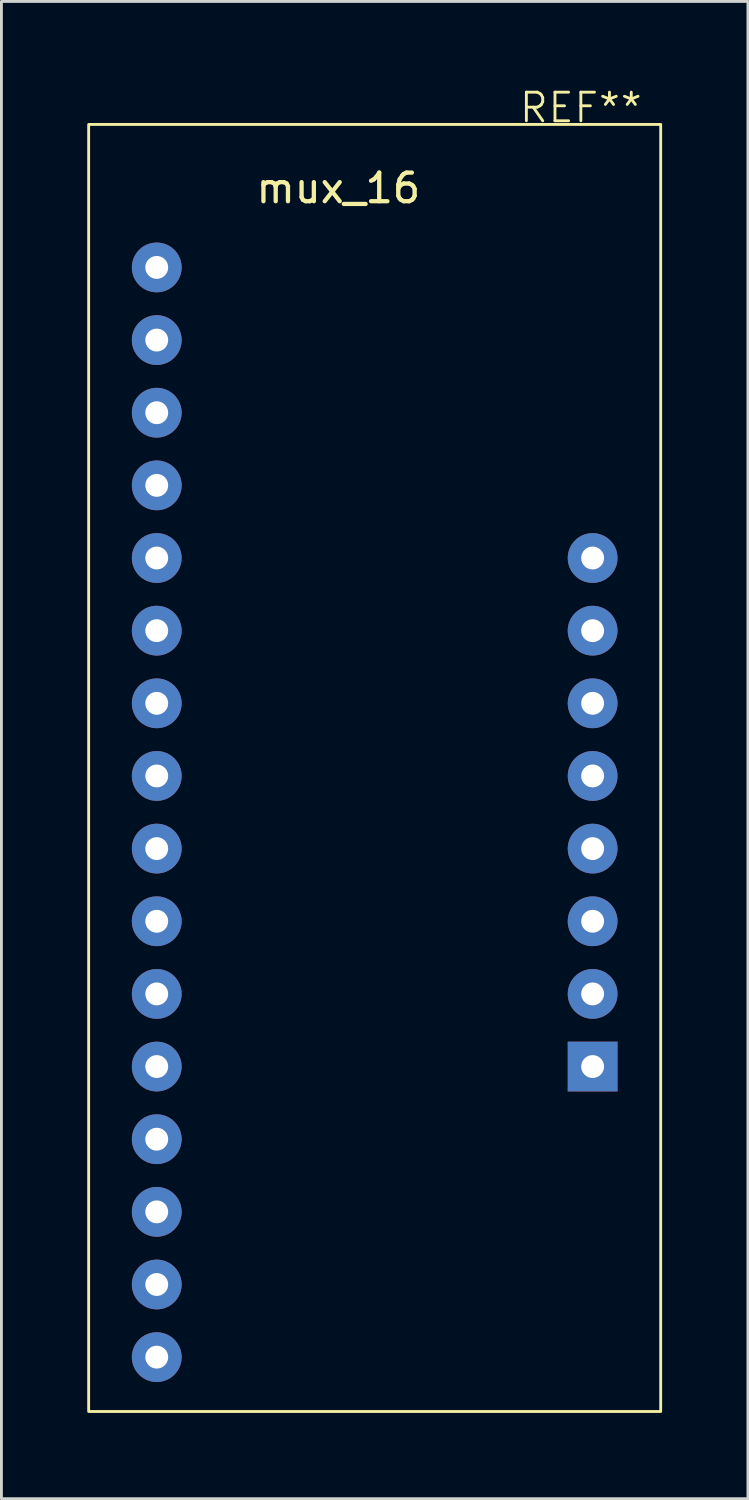
<source format=kicad_pcb>
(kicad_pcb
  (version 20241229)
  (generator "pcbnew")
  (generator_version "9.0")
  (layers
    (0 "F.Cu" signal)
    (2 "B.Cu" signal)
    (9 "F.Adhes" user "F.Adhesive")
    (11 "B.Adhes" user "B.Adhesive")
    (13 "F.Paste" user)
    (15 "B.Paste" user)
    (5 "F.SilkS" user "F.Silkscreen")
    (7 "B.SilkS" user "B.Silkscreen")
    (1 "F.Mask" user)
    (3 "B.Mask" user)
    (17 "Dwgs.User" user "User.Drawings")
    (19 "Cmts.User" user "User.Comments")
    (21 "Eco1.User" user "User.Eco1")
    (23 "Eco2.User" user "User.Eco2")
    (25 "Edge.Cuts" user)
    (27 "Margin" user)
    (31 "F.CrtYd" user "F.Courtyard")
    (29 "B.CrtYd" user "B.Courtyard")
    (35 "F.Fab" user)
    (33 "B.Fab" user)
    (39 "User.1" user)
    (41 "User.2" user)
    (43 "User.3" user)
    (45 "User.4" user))
  (footprint "mux_16"
    (layer "F.Cu")
    (at 10.05 6.3)
    (property "Reference" "mux_16" (at -1.27 -2.77 0) (layer "F.SilkS") (effects (font (size 1 1) (thickness 0.15))))
    (attr through_hole)
    (fp_rect (start -10 -5) (end 10 40) (stroke (width 0.1) (type default)) (fill no) (layer "F.SilkS"))
    (fp_text user "REF**" (at 5 -5 0) (unlocked yes) (layer "F.SilkS") (effects (font (size 1 1) (thickness 0.1)) (justify left bottom)))
    (pad "1" thru_hole circle (at 7.62 10.16) (size 1.74 1.74) (drill 0.8) (layers "*.Cu" "*.Mask"))
    (pad "2" thru_hole circle (at -7.62 17.78) (size 1.74 1.74) (drill 0.8) (layers "*.Cu" "*.Mask"))
    (pad "3" thru_hole circle (at -7.62 15.24) (size 1.74 1.74) (drill 0.8) (layers "*.Cu" "*.Mask"))
    (pad "4" thru_hole circle (at -7.62 12.7) (size 1.74 1.74) (drill 0.8) (layers "*.Cu" "*.Mask"))
    (pad "5" thru_hole circle (at -7.62 10.16) (size 1.74 1.74) (drill 0.8) (layers "*.Cu" "*.Mask"))
    (pad "6" thru_hole circle (at -7.62 7.62) (size 1.74 1.74) (drill 0.8) (layers "*.Cu" "*.Mask"))
    (pad "7" thru_hole circle (at -7.62 5.08) (size 1.74 1.74) (drill 0.8) (layers "*.Cu" "*.Mask"))
    (pad "8" thru_hole circle (at -7.62 2.54) (size 1.74 1.74) (drill 0.8) (layers "*.Cu" "*.Mask"))
    (pad "9" thru_hole circle (at -7.62 0) (size 1.74 1.74) (drill 0.8) (layers "*.Cu" "*.Mask"))
    (pad "10" thru_hole circle (at 7.62 12.7) (size 1.74 1.74) (drill 0.8) (layers "*.Cu" "*.Mask"))
    (pad "11" thru_hole circle (at 7.62 15.24) (size 1.74 1.74) (drill 0.8) (layers "*.Cu" "*.Mask"))
    (pad "12" thru_hole rect (at 7.62 27.94) (size 1.74 1.74) (drill 0.8) (layers "*.Cu" "*.Mask"))
    (pad "13" thru_hole circle (at 7.62 20.32) (size 1.74 1.74) (drill 0.8) (layers "*.Cu" "*.Mask"))
    (pad "14" thru_hole circle (at 7.62 17.78) (size 1.74 1.74) (drill 0.8) (layers "*.Cu" "*.Mask"))
    (pad "15" thru_hole circle (at 7.62 22.86) (size 1.74 1.74) (drill 0.8) (layers "*.Cu" "*.Mask"))
    (pad "16" thru_hole circle (at -7.62 38.1) (size 1.74 1.74) (drill 0.8) (layers "*.Cu" "*.Mask"))
    (pad "17" thru_hole circle (at -7.62 35.56) (size 1.74 1.74) (drill 0.8) (layers "*.Cu" "*.Mask"))
    (pad "18" thru_hole circle (at -7.62 33.02) (size 1.74 1.74) (drill 0.8) (layers "*.Cu" "*.Mask"))
    (pad "19" thru_hole circle (at -7.62 30.48) (size 1.74 1.74) (drill 0.8) (layers "*.Cu" "*.Mask"))
    (pad "20" thru_hole circle (at -7.62 27.94) (size 1.74 1.74) (drill 0.8) (layers "*.Cu" "*.Mask"))
    (pad "21" thru_hole circle (at -7.62 25.4) (size 1.74 1.74) (drill 0.8) (layers "*.Cu" "*.Mask"))
    (pad "22" thru_hole circle (at -7.62 22.86) (size 1.74 1.74) (drill 0.8) (layers "*.Cu" "*.Mask"))
    (pad "23" thru_hole circle (at -7.62 20.32) (size 1.74 1.74) (drill 0.8) (layers "*.Cu" "*.Mask"))
    (pad "24" thru_hole circle (at 7.62 25.4) (size 1.74 1.74) (drill 0.8) (layers "*.Cu" "*.Mask")))
  (gr_rect
    (start -3 -3)
    (end 23.1 49.35)
    (stroke (width 0.1) (type default))
    (fill no)
    (layer "Edge.Cuts")))
</source>
